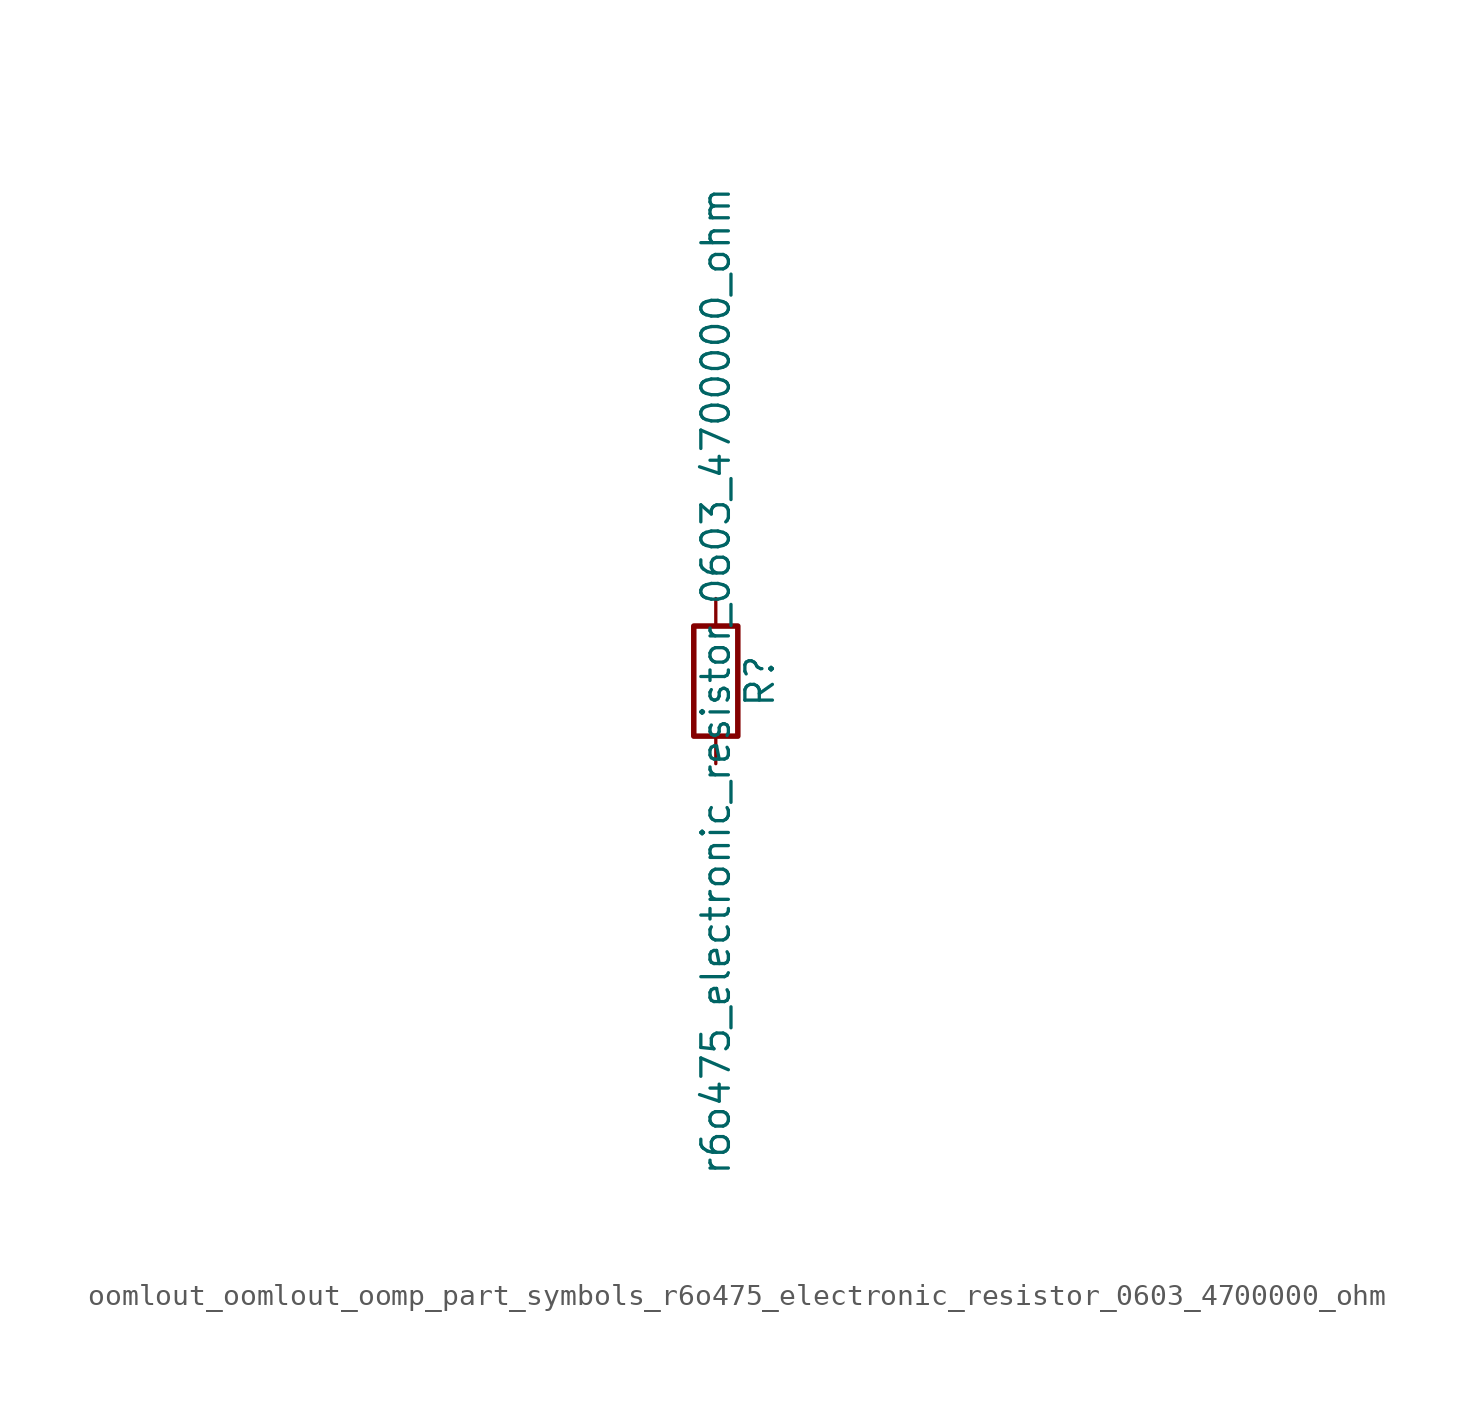
<source format=kicad_sym>
(kicad_symbol_lib
  (version 20220914)
  (generator kicad_symbol_editor)
  (symbol "oomlout_oomlout_oomp_part_symbols_r6o475_electronic_resistor_0603_4700000_ohm"
    (pin_numbers hide)
    (pin_names
      (offset 0))
    (property "Reference" "R"
      (at 2.032 0 90)
      (effects (font (size 1.27 1.27))))
    (property "Value" "r6o475_electronic_resistor_0603_4700000_ohm"
      (at 0 0 90)
      (effects (font (size 1.27 1.27))))
    (symbol "oomlout_oomlout_oomp_part_symbols_r6o475_electronic_resistor_0603_4700000_ohm_0_1"
      (rectangle (start -1.016 -2.54) (end 1.016 2.54) (stroke (width 0.254) (type default)) (fill (type none))))
    (symbol "oomlout_oomlout_oomp_part_symbols_r6o475_electronic_resistor_0603_4700000_ohm_1_1"
      (pin passive line (at 0 3.81 270) (length 1.27) (name "~" (effects (font (size 1.27 1.27)))) (number "1" (effects (font (size 1.27 1.27)))))
      (pin passive line (at 0 -3.81 90) (length 1.27) (name "~" (effects (font (size 1.27 1.27)))) (number "2" (effects (font (size 1.27 1.27))))))))
</source>
